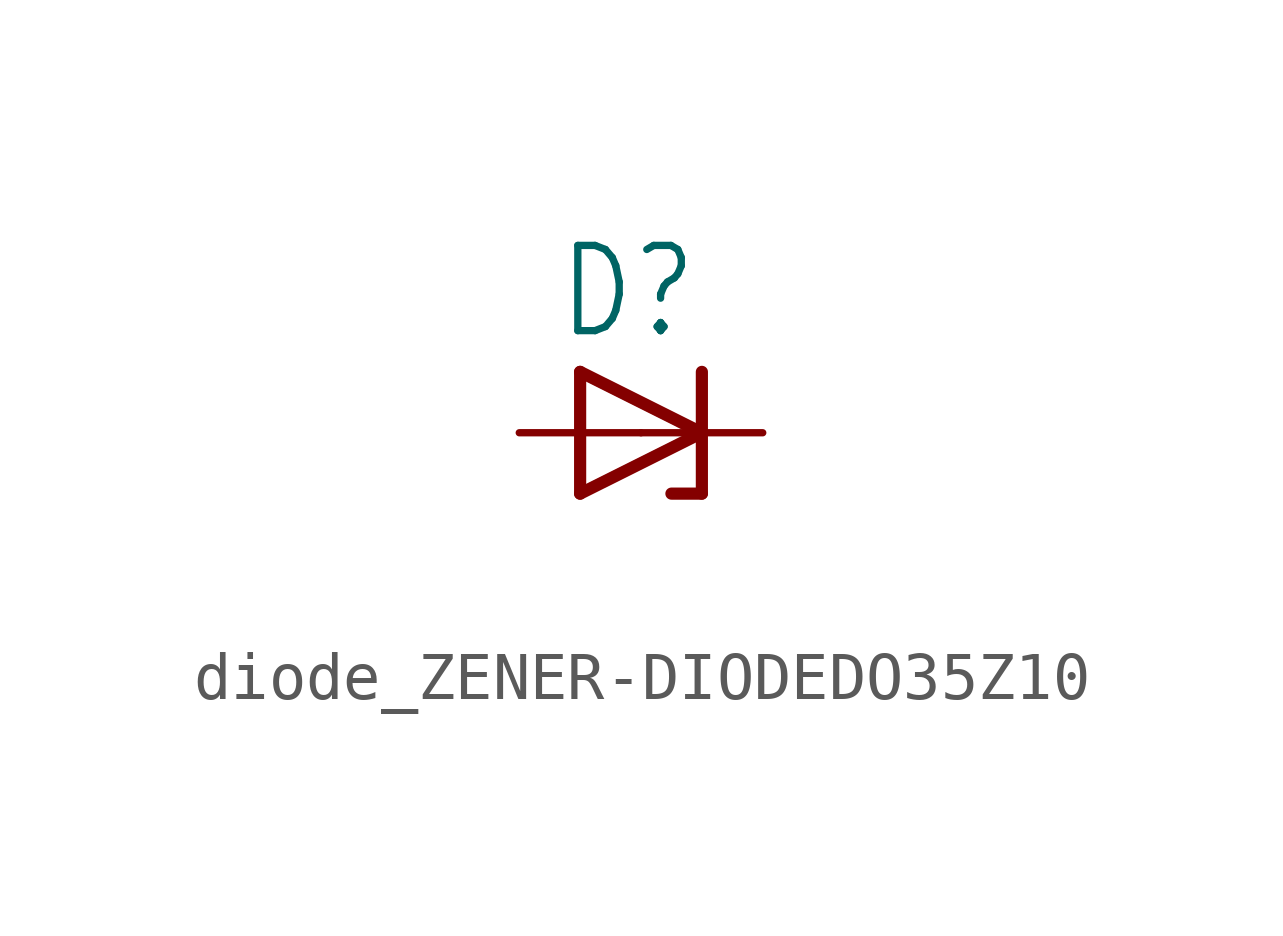
<source format=kicad_sym>
(kicad_symbol_lib
  (version 20241209)
  (generator "kicad_symbol_editor")
  (generator_version "9.0")
  (symbol "diode_ZENER-DIODEDO35Z10"
    (property "Reference" "D"
      (at -1.778 1.905 0)
      (effects (font (size 1.778 1.511)) (justify left bottom)))
    (property "Value" ""
      (at -1.778 -3.429 0)
      (effects (font (size 1.778 1.511)) (justify left bottom)))
    (property "ki_locked" ""
      (at 0 0 0)
      (effects (font (size 1.27 1.27))))
    (symbol "diode_ZENER-DIODEDO35Z10_1_0"
      (polyline (pts (xy -1.27 1.27) (xy -1.27 -1.27)) (stroke (width 0.254) (type solid)) (fill (type none)))
      (polyline (pts (xy -1.27 -1.27) (xy 1.27 0)) (stroke (width 0.254) (type solid)) (fill (type none)))
      (polyline (pts (xy 1.27 1.27) (xy 1.27 0)) (stroke (width 0.254) (type solid)) (fill (type none)))
      (polyline (pts (xy 1.27 0) (xy -1.27 1.27)) (stroke (width 0.254) (type solid)) (fill (type none)))
      (polyline (pts (xy 1.27 0) (xy 1.27 -1.27)) (stroke (width 0.254) (type solid)) (fill (type none)))
      (polyline (pts (xy 1.27 -1.27) (xy 0.635 -1.27)) (stroke (width 0.254) (type solid)) (fill (type none)))
      (pin passive line (at -2.54 0 0) (length 2.54) (name "A" (effects (font (size 0 0)))) (number "A" (effects (font (size 0 0)))))
      (pin passive line (at 2.54 0 180) (length 2.54) (name "C" (effects (font (size 0 0)))) (number "C" (effects (font (size 0 0))))))))
</source>
